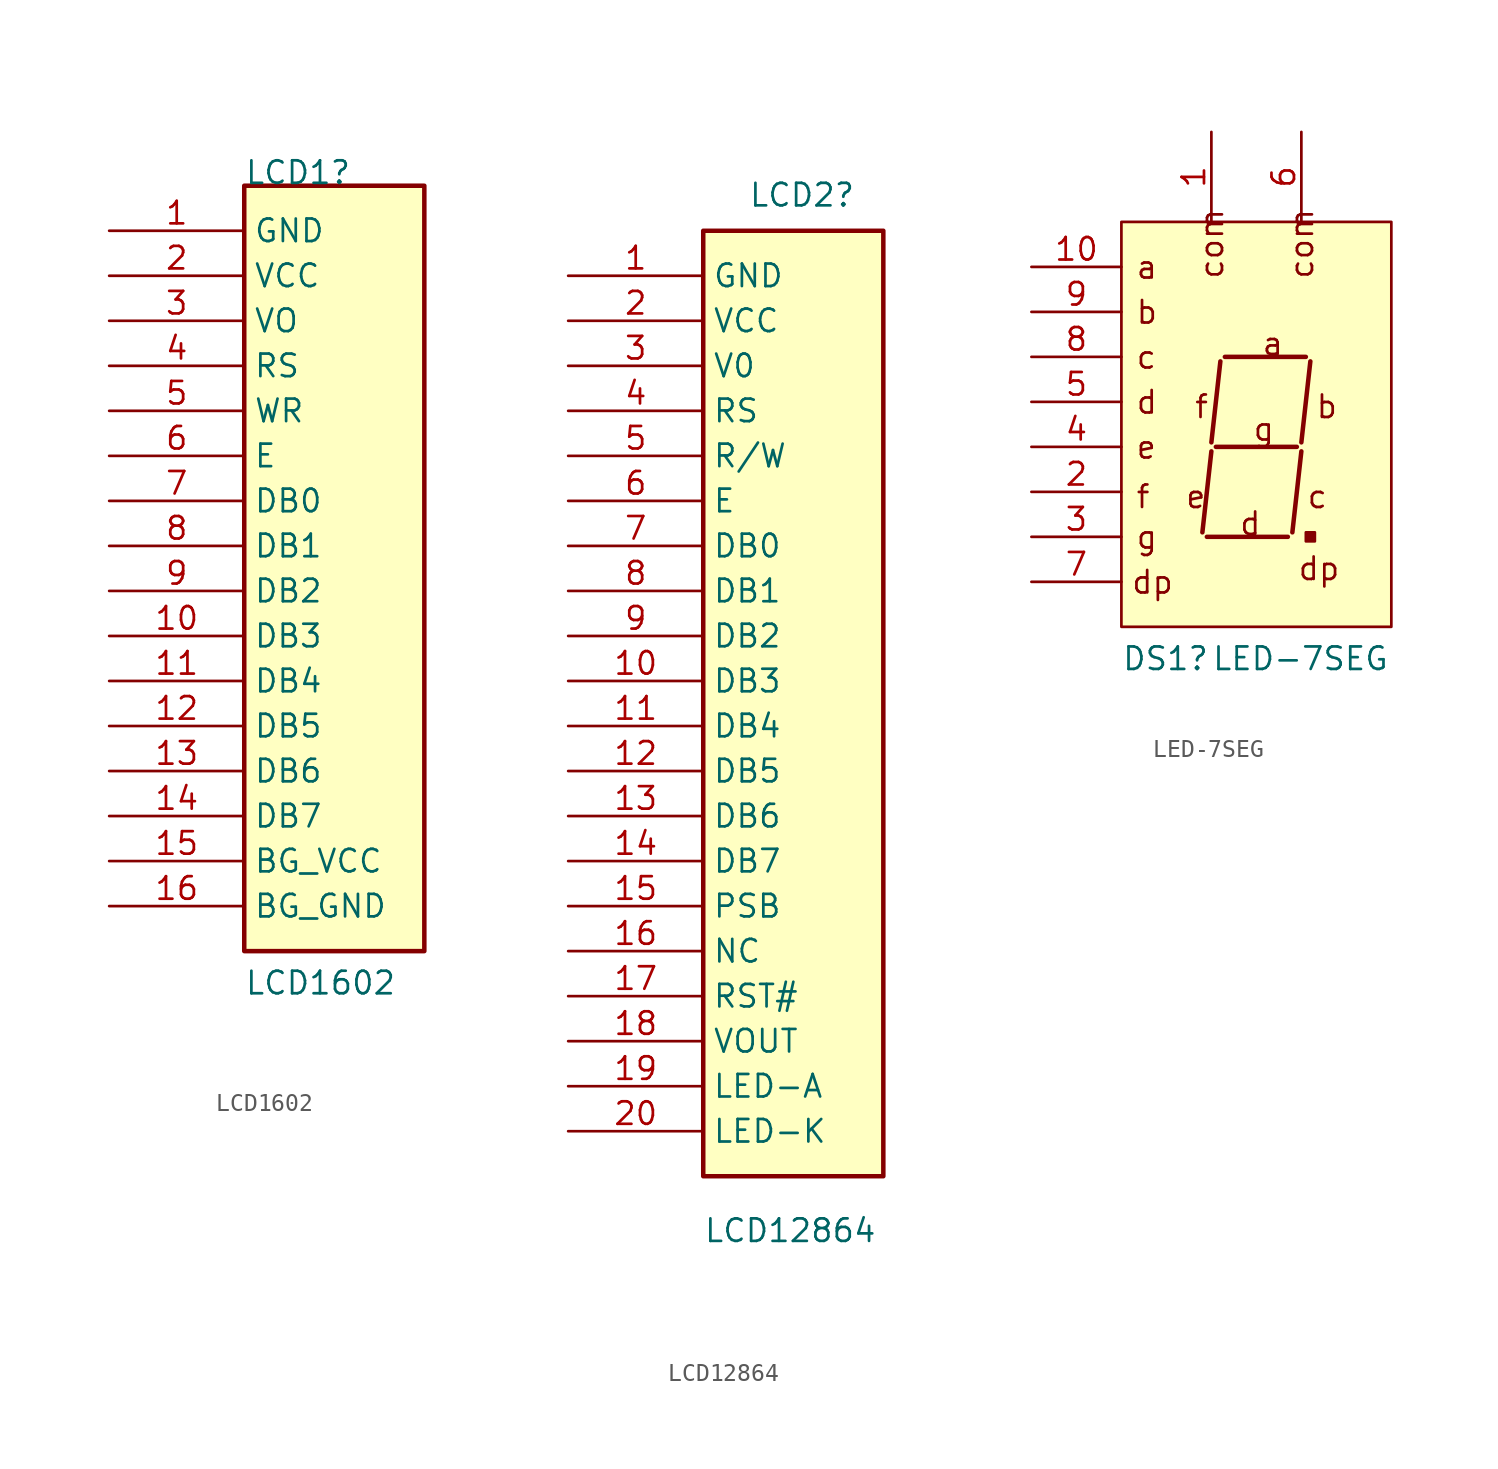
<source format=kicad_sym>
(kicad_symbol_lib
  (version 20211014)
  (generator kicad_symbol_editor)
  (symbol "LCD1602"
    (property "Reference" "LCD1"
      (at 0 0 0)
      (effects (font (size 1.27 1.27)) (justify left bottom)))
    (property "Value" "LCD1602"
      (at 0 -45.72 0)
      (effects (font (size 1.27 1.27)) (justify left bottom)))
    (symbol "LCD1602_1_0"
      (polyline (pts (xy 0 0) (xy 0 -43.18) (xy 10.16 -43.18) (xy 10.16 0) (xy 0 0)) (stroke (width 0.254) (type default) (color 0 0 0 0)) (fill (type background)))
      (pin passive line (at -7.62 -2.54 0) (length 7.62) (name "GND" (effects (font (size 1.27 1.27)))) (number "1" (effects (font (size 1.27 1.27)))))
      (pin passive line (at -7.62 -25.4 0) (length 7.62) (name "DB3" (effects (font (size 1.27 1.27)))) (number "10" (effects (font (size 1.27 1.27)))))
      (pin passive line (at -7.62 -27.94 0) (length 7.62) (name "DB4" (effects (font (size 1.27 1.27)))) (number "11" (effects (font (size 1.27 1.27)))))
      (pin passive line (at -7.62 -30.48 0) (length 7.62) (name "DB5" (effects (font (size 1.27 1.27)))) (number "12" (effects (font (size 1.27 1.27)))))
      (pin passive line (at -7.62 -33.02 0) (length 7.62) (name "DB6" (effects (font (size 1.27 1.27)))) (number "13" (effects (font (size 1.27 1.27)))))
      (pin passive line (at -7.62 -35.56 0) (length 7.62) (name "DB7" (effects (font (size 1.27 1.27)))) (number "14" (effects (font (size 1.27 1.27)))))
      (pin passive line (at -7.62 -38.1 0) (length 7.62) (name "BG_VCC" (effects (font (size 1.27 1.27)))) (number "15" (effects (font (size 1.27 1.27)))))
      (pin passive line (at -7.62 -40.64 0) (length 7.62) (name "BG_GND" (effects (font (size 1.27 1.27)))) (number "16" (effects (font (size 1.27 1.27)))))
      (pin passive line (at -7.62 -5.08 0) (length 7.62) (name "VCC" (effects (font (size 1.27 1.27)))) (number "2" (effects (font (size 1.27 1.27)))))
      (pin passive line (at -7.62 -7.62 0) (length 7.62) (name "VO" (effects (font (size 1.27 1.27)))) (number "3" (effects (font (size 1.27 1.27)))))
      (pin passive line (at -7.62 -10.16 0) (length 7.62) (name "RS" (effects (font (size 1.27 1.27)))) (number "4" (effects (font (size 1.27 1.27)))))
      (pin passive line (at -7.62 -12.7 0) (length 7.62) (name "WR" (effects (font (size 1.27 1.27)))) (number "5" (effects (font (size 1.27 1.27)))))
      (pin passive line (at -7.62 -15.24 0) (length 7.62) (name "E" (effects (font (size 1.27 1.27)))) (number "6" (effects (font (size 1.27 1.27)))))
      (pin passive line (at -7.62 -17.78 0) (length 7.62) (name "DB0" (effects (font (size 1.27 1.27)))) (number "7" (effects (font (size 1.27 1.27)))))
      (pin passive line (at -7.62 -20.32 0) (length 7.62) (name "DB1" (effects (font (size 1.27 1.27)))) (number "8" (effects (font (size 1.27 1.27)))))
      (pin passive line (at -7.62 -22.86 0) (length 7.62) (name "DB2" (effects (font (size 1.27 1.27)))) (number "9" (effects (font (size 1.27 1.27)))))))
  (symbol "LCD12864"
    (property "Reference" "LCD2"
      (at -24.13 11.43 0)
      (effects (font (size 1.27 1.27)) (justify left bottom)))
    (property "Value" "LCD12864"
      (at -26.67 -46.99 0)
      (effects (font (size 1.27 1.27)) (justify left bottom)))
    (symbol "LCD12864_0_1"
      (rectangle (start -26.67 10.16) (end -16.51 -43.18) (stroke (width 0.254) (type default) (color 0 0 0 0)) (fill (type background))))
    (symbol "LCD12864_1_0"
      (pin passive line (at -34.29 7.62 0) (length 7.62) (name "GND" (effects (font (size 1.27 1.27)))) (number "1" (effects (font (size 1.27 1.27)))))
      (pin passive line (at -34.29 -15.24 0) (length 7.62) (name "DB3" (effects (font (size 1.27 1.27)))) (number "10" (effects (font (size 1.27 1.27)))))
      (pin passive line (at -34.29 -17.78 0) (length 7.62) (name "DB4" (effects (font (size 1.27 1.27)))) (number "11" (effects (font (size 1.27 1.27)))))
      (pin passive line (at -34.29 -20.32 0) (length 7.62) (name "DB5" (effects (font (size 1.27 1.27)))) (number "12" (effects (font (size 1.27 1.27)))))
      (pin passive line (at -34.29 -22.86 0) (length 7.62) (name "DB6" (effects (font (size 1.27 1.27)))) (number "13" (effects (font (size 1.27 1.27)))))
      (pin passive line (at -34.29 -25.4 0) (length 7.62) (name "DB7" (effects (font (size 1.27 1.27)))) (number "14" (effects (font (size 1.27 1.27)))))
      (pin passive line (at -34.29 -27.94 0) (length 7.62) (name "PSB" (effects (font (size 1.27 1.27)))) (number "15" (effects (font (size 1.27 1.27)))))
      (pin passive line (at -34.29 -30.48 0) (length 7.62) (name "NC" (effects (font (size 1.27 1.27)))) (number "16" (effects (font (size 1.27 1.27)))))
      (pin passive line (at -34.29 -33.02 0) (length 7.62) (name "RST#" (effects (font (size 1.27 1.27)))) (number "17" (effects (font (size 1.27 1.27)))))
      (pin passive line (at -34.29 -35.56 0) (length 7.62) (name "VOUT" (effects (font (size 1.27 1.27)))) (number "18" (effects (font (size 1.27 1.27)))))
      (pin passive line (at -34.29 -38.1 0) (length 7.62) (name "LED-A" (effects (font (size 1.27 1.27)))) (number "19" (effects (font (size 1.27 1.27)))))
      (pin passive line (at -34.29 5.08 0) (length 7.62) (name "VCC" (effects (font (size 1.27 1.27)))) (number "2" (effects (font (size 1.27 1.27)))))
      (pin passive line (at -34.29 -40.64 0) (length 7.62) (name "LED-K" (effects (font (size 1.27 1.27)))) (number "20" (effects (font (size 1.27 1.27)))))
      (pin passive line (at -34.29 2.54 0) (length 7.62) (name "V0" (effects (font (size 1.27 1.27)))) (number "3" (effects (font (size 1.27 1.27)))))
      (pin passive line (at -34.29 0 0) (length 7.62) (name "RS" (effects (font (size 1.27 1.27)))) (number "4" (effects (font (size 1.27 1.27)))))
      (pin passive line (at -34.29 -2.54 0) (length 7.62) (name "R/W" (effects (font (size 1.27 1.27)))) (number "5" (effects (font (size 1.27 1.27)))))
      (pin passive line (at -34.29 -5.08 0) (length 7.62) (name "E" (effects (font (size 1.27 1.27)))) (number "6" (effects (font (size 1.27 1.27)))))
      (pin passive line (at -34.29 -7.62 0) (length 7.62) (name "DB0" (effects (font (size 1.27 1.27)))) (number "7" (effects (font (size 1.27 1.27)))))
      (pin passive line (at -34.29 -10.16 0) (length 7.62) (name "DB1" (effects (font (size 1.27 1.27)))) (number "8" (effects (font (size 1.27 1.27)))))
      (pin passive line (at -34.29 -12.7 0) (length 7.62) (name "DB2" (effects (font (size 1.27 1.27)))) (number "9" (effects (font (size 1.27 1.27)))))))
  (symbol "LED-7SEG"
    (property "Reference" "DS1"
      (at 0 -25.4 0)
      (effects (font (size 1.27 1.27)) (justify left bottom)))
    (property "Value" "LED-7SEG"
      (at 5.08 -25.4 0)
      (effects (font (size 1.27 1.27)) (justify left bottom)))
    (symbol "LED-7SEG_1_0"
      (polyline (pts (xy 4.826 -17.78) (xy 9.398 -17.78)) (stroke (width 0.254) (type default) (color 0 0 0 0)) (fill (type none)))
      (polyline (pts (xy 5.08 -12.954) (xy 4.572 -17.526)) (stroke (width 0.254) (type default) (color 0 0 0 0)) (fill (type none)))
      (polyline (pts (xy 5.588 -7.874) (xy 5.08 -12.446)) (stroke (width 0.254) (type default) (color 0 0 0 0)) (fill (type none)))
      (polyline (pts (xy 9.906 -12.7) (xy 5.334 -12.7)) (stroke (width 0.254) (type default) (color 0 0 0 0)) (fill (type none)))
      (polyline (pts (xy 10.16 -12.954) (xy 9.652 -17.526)) (stroke (width 0.254) (type default) (color 0 0 0 0)) (fill (type none)))
      (polyline (pts (xy 10.414 -7.62) (xy 5.842 -7.62)) (stroke (width 0.254) (type default) (color 0 0 0 0)) (fill (type none)))
      (polyline (pts (xy 10.668 -7.874) (xy 10.16 -12.446)) (stroke (width 0.254) (type default) (color 0 0 0 0)) (fill (type none)))
      (rectangle (start 10.922 -17.526) (end 10.414 -18.034) (stroke (width 0) (type default) (color 0 0 0 0)) (fill (type outline)))
      (rectangle (start 15.24 0) (end 0 -22.86) (stroke (width 0) (type default) (color 0 0 0 0)) (fill (type background)))
      (text "a" (at 0.762 -3.302 0) (effects (font (size 1.27 1.27)) (justify left bottom)))
      (text "a" (at 7.874 -7.62 0) (effects (font (size 1.27 1.27)) (justify left bottom)))
      (text "b" (at 0.762 -5.842 0) (effects (font (size 1.27 1.27)) (justify left bottom)))
      (text "b" (at 10.922 -11.176 0) (effects (font (size 1.27 1.27)) (justify left bottom)))
      (text "c" (at 0.762 -8.382 0) (effects (font (size 1.27 1.27)) (justify left bottom)))
      (text "c" (at 10.414 -16.256 0) (effects (font (size 1.27 1.27)) (justify left bottom)))
      (text "com" (at 5.842 -3.302 900) (effects (font (size 1.27 1.27)) (justify left bottom)))
      (text "com" (at 10.922 -3.302 900) (effects (font (size 1.27 1.27)) (justify left bottom)))
      (text "d" (at 0.762 -10.922 0) (effects (font (size 1.27 1.27)) (justify left bottom)))
      (text "d" (at 6.604 -17.78 0) (effects (font (size 1.27 1.27)) (justify left bottom)))
      (text "dp" (at 0.508 -21.082 0) (effects (font (size 1.27 1.27)) (justify left bottom)))
      (text "dp" (at 9.906 -20.32 0) (effects (font (size 1.27 1.27)) (justify left bottom)))
      (text "e" (at 0.762 -13.462 0) (effects (font (size 1.27 1.27)) (justify left bottom)))
      (text "e" (at 3.556 -16.256 0) (effects (font (size 1.27 1.27)) (justify left bottom)))
      (text "f" (at 0.762 -16.256 0) (effects (font (size 1.27 1.27)) (justify left bottom)))
      (text "f" (at 4.064 -11.176 0) (effects (font (size 1.27 1.27)) (justify left bottom)))
      (text "g" (at 0.762 -18.542 0) (effects (font (size 1.27 1.27)) (justify left bottom)))
      (text "g" (at 7.366 -12.446 0) (effects (font (size 1.27 1.27)) (justify left bottom)))
      (pin passive line (at 5.08 5.08 270) (length 5.08) (name "com" (effects (font (size 0 0)))) (number "1" (effects (font (size 1.27 1.27)))))
      (pin passive line (at -5.08 -2.54 0) (length 5.08) (name "a" (effects (font (size 0 0)))) (number "10" (effects (font (size 1.27 1.27)))))
      (pin passive line (at -5.08 -15.24 0) (length 5.08) (name "f" (effects (font (size 0 0)))) (number "2" (effects (font (size 1.27 1.27)))))
      (pin passive line (at -5.08 -17.78 0) (length 5.08) (name "g" (effects (font (size 0 0)))) (number "3" (effects (font (size 1.27 1.27)))))
      (pin passive line (at -5.08 -12.7 0) (length 5.08) (name "e" (effects (font (size 0 0)))) (number "4" (effects (font (size 1.27 1.27)))))
      (pin passive line (at -5.08 -10.16 0) (length 5.08) (name "d" (effects (font (size 0 0)))) (number "5" (effects (font (size 1.27 1.27)))))
      (pin passive line (at 10.16 5.08 270) (length 5.08) (name "com" (effects (font (size 0 0)))) (number "6" (effects (font (size 1.27 1.27)))))
      (pin passive line (at -5.08 -20.32 0) (length 5.08) (name "dp" (effects (font (size 0 0)))) (number "7" (effects (font (size 1.27 1.27)))))
      (pin passive line (at -5.08 -7.62 0) (length 5.08) (name "c" (effects (font (size 0 0)))) (number "8" (effects (font (size 1.27 1.27)))))
      (pin passive line (at -5.08 -5.08 0) (length 5.08) (name "b" (effects (font (size 0 0)))) (number "9" (effects (font (size 1.27 1.27))))))))
</source>
